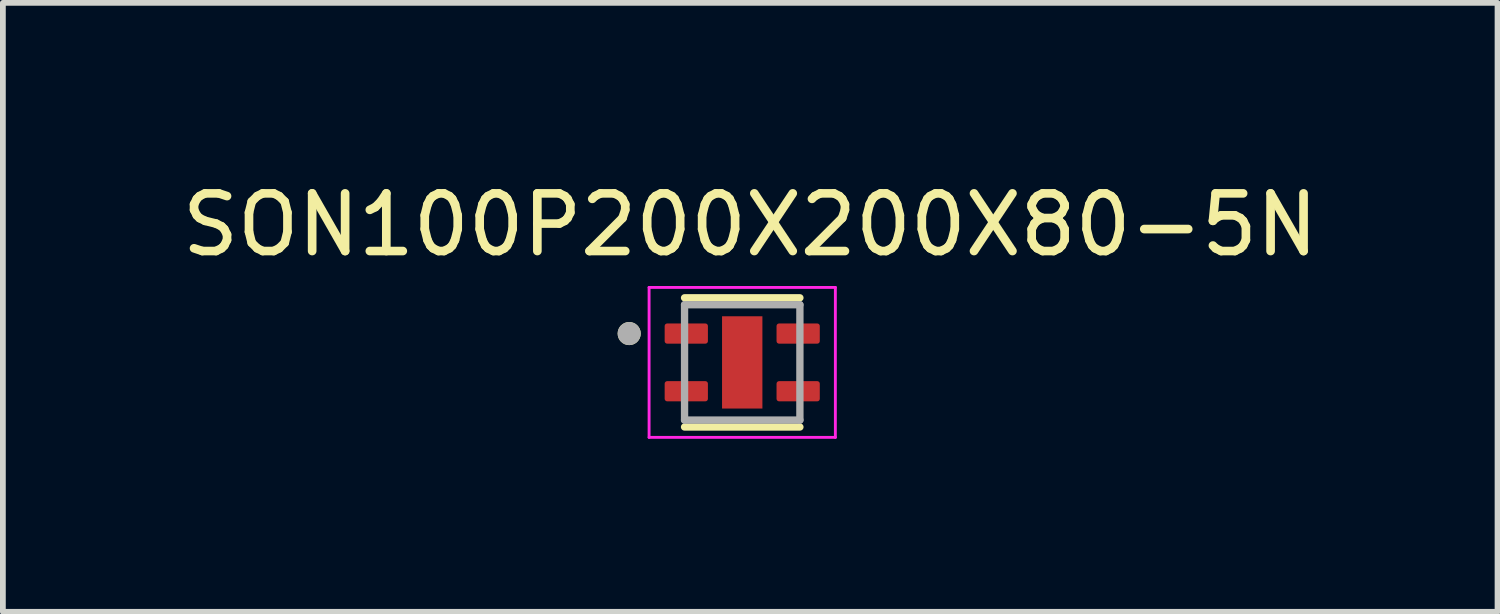
<source format=kicad_pcb>
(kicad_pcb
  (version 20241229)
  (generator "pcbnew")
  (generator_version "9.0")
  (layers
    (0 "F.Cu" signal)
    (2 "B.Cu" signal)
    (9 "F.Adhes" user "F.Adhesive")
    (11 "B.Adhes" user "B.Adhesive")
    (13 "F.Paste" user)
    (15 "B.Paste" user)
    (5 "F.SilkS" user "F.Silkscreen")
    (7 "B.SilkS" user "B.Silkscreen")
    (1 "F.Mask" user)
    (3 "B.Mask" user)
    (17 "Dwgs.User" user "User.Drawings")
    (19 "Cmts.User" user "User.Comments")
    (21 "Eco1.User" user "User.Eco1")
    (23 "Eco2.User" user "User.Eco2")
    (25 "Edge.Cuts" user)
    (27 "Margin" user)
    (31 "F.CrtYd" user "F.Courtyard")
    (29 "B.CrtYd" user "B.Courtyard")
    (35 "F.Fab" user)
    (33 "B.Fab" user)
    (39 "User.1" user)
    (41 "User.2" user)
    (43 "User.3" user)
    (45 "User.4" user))
  (footprint "SON100P200X200X80-5N"
    (layer "F.Cu")
    (at 9.82 3.234)
    (property "Reference" "SON100P200X200X80-5N" (at 0.138 -2.386 0) (layer "F.SilkS") (effects (font (size 1 1) (thickness 0.15))))
    (attr smd)
    (fp_line (start -1 -1.12) (end 1 -1.12) (stroke (width 0.127) (type solid)) (layer "F.SilkS"))
    (fp_line (start -1 1.12) (end 1 1.12) (stroke (width 0.127) (type solid)) (layer "F.SilkS"))
    (fp_circle (center -1.96 -0.5) (end -1.86 -0.5) (stroke (width 0.2) (type solid)) (fill no) (layer "F.SilkS"))
    (fp_line (start -1.615 -1.3) (end -1.615 1.3) (stroke (width 0.05) (type solid)) (layer "F.CrtYd"))
    (fp_line (start -1.615 -1.3) (end 1.615 -1.3) (stroke (width 0.05) (type solid)) (layer "F.CrtYd"))
    (fp_line (start -1.615 1.3) (end 1.615 1.3) (stroke (width 0.05) (type solid)) (layer "F.CrtYd"))
    (fp_line (start 1.615 -1.3) (end 1.615 1.3) (stroke (width 0.05) (type solid)) (layer "F.CrtYd"))
    (fp_line (start -1 -1) (end -1 1) (stroke (width 0.127) (type solid)) (layer "F.Fab"))
    (fp_line (start -1 -1) (end 1 -1) (stroke (width 0.127) (type solid)) (layer "F.Fab"))
    (fp_line (start -1 1) (end 1 1) (stroke (width 0.127) (type solid)) (layer "F.Fab"))
    (fp_line (start 1 -1) (end 1 1) (stroke (width 0.127) (type solid)) (layer "F.Fab"))
    (fp_circle (center -1.96 -0.5) (end -1.86 -0.5) (stroke (width 0.2) (type solid)) (fill no) (layer "F.Fab"))
    (pad "1" smd roundrect (at -0.97 -0.5) (size 0.75 0.35) (layers "F.Cu" "F.Mask" "F.Paste") (roundrect_rratio 0.125))
    (pad "2" smd roundrect (at -0.97 0.5) (size 0.75 0.35) (layers "F.Cu" "F.Mask" "F.Paste") (roundrect_rratio 0.125))
    (pad "3" smd roundrect (at 0.97 0.5) (size 0.75 0.35) (layers "F.Cu" "F.Mask" "F.Paste") (roundrect_rratio 0.125))
    (pad "4" smd roundrect (at 0.97 -0.5) (size 0.75 0.35) (layers "F.Cu" "F.Mask" "F.Paste") (roundrect_rratio 0.125))
    (pad "5" smd rect (at 0 0) (size 0.7 1.6) (layers "F.Cu" "F.Mask" "F.Paste")))
  (gr_rect
    (start -3 -3)
    (end 22.917 7.559)
    (stroke (width 0.1) (type default))
    (fill no)
    (layer "Edge.Cuts")))
</source>
